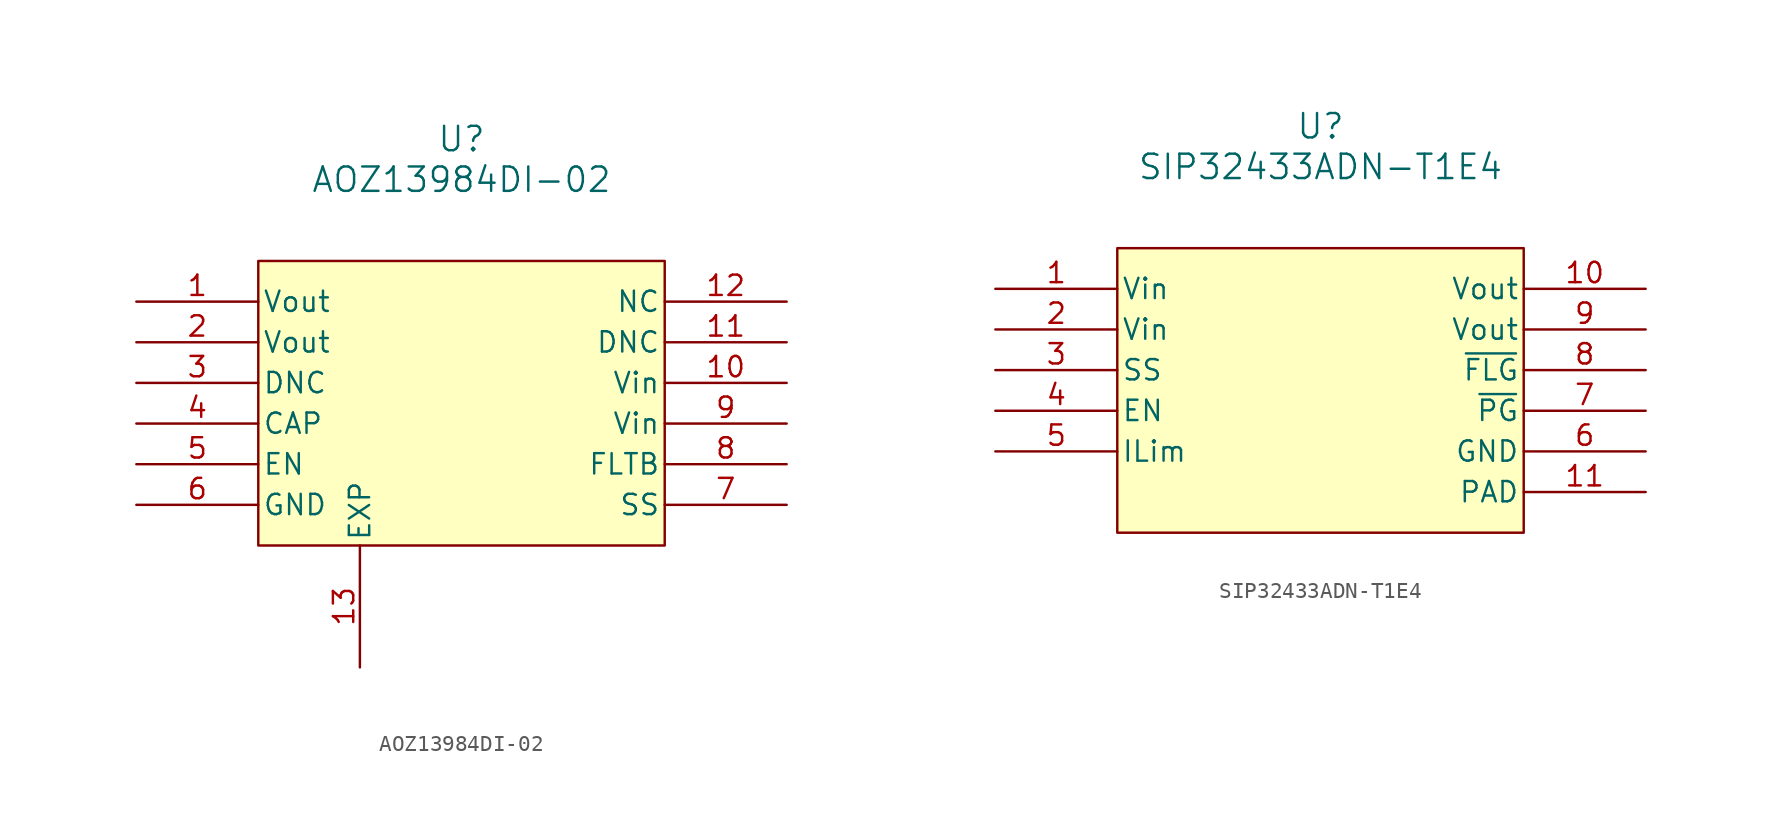
<source format=kicad_sym>
(kicad_symbol_lib
  (version 20241209)
  (generator "kicad_symbol_editor")
  (generator_version "9.0")
  (symbol "AOZ13984DI-02"
    (pin_names
      (offset 0.254))
    (property "Reference" "U"
      (at 20.32 10.16 0)
      (effects (font (size 1.524 1.524))))
    (property "Value" "AOZ13984DI-02"
      (at 20.32 7.62 0)
      (effects (font (size 1.524 1.524))))
    (symbol "AOZ13984DI-02_1_1"
      (rectangle (start 7.62 2.54) (end 33.02 -15.24) (stroke (width 0) (type solid)) (fill (type background)))
      (pin unspecified line (at 0 0 0) (length 7.62) (name "Vout" (effects (font (size 1.27 1.27)))) (number "1" (effects (font (size 1.27 1.27)))))
      (pin unspecified line (at 0 -2.54 0) (length 7.62) (name "Vout" (effects (font (size 1.27 1.27)))) (number "2" (effects (font (size 1.27 1.27)))))
      (pin unspecified line (at 0 -5.08 0) (length 7.62) (name "DNC" (effects (font (size 1.27 1.27)))) (number "3" (effects (font (size 1.27 1.27)))))
      (pin unspecified line (at 0 -7.62 0) (length 7.62) (name "CAP" (effects (font (size 1.27 1.27)))) (number "4" (effects (font (size 1.27 1.27)))))
      (pin unspecified line (at 0 -10.16 0) (length 7.62) (name "EN" (effects (font (size 1.27 1.27)))) (number "5" (effects (font (size 1.27 1.27)))))
      (pin unspecified line (at 0 -12.7 0) (length 7.62) (name "GND" (effects (font (size 1.27 1.27)))) (number "6" (effects (font (size 1.27 1.27)))))
      (pin unspecified line (at 13.97 -22.86 90) (length 7.62) (name "EXP" (effects (font (size 1.27 1.27)))) (number "13" (effects (font (size 1.27 1.27)))))
      (pin unspecified line (at 40.64 0 180) (length 7.62) (name "NC" (effects (font (size 1.27 1.27)))) (number "12" (effects (font (size 1.27 1.27)))))
      (pin unspecified line (at 40.64 -2.54 180) (length 7.62) (name "DNC" (effects (font (size 1.27 1.27)))) (number "11" (effects (font (size 1.27 1.27)))))
      (pin unspecified line (at 40.64 -5.08 180) (length 7.62) (name "Vin" (effects (font (size 1.27 1.27)))) (number "10" (effects (font (size 1.27 1.27)))))
      (pin unspecified line (at 40.64 -7.62 180) (length 7.62) (name "Vin" (effects (font (size 1.27 1.27)))) (number "9" (effects (font (size 1.27 1.27)))))
      (pin unspecified line (at 40.64 -10.16 180) (length 7.62) (name "FLTB\n" (effects (font (size 1.27 1.27)))) (number "8" (effects (font (size 1.27 1.27)))))
      (pin unspecified line (at 40.64 -12.7 180) (length 7.62) (name "SS" (effects (font (size 1.27 1.27)))) (number "7" (effects (font (size 1.27 1.27)))))))
  (symbol "SIP32433ADN-T1E4"
    (pin_names
      (offset 0.254))
    (property "Reference" "U"
      (at 20.32 10.16 0)
      (effects (font (size 1.524 1.524))))
    (property "Value" "SIP32433ADN-T1E4"
      (at 20.32 7.62 0)
      (effects (font (size 1.524 1.524))))
    (symbol "SIP32433ADN-T1E4_1_1"
      (rectangle (start 7.62 2.54) (end 33.02 -15.24) (stroke (width 0) (type solid)) (fill (type background)))
      (pin unspecified line (at 0 0 0) (length 7.62) (name "Vin" (effects (font (size 1.27 1.27)))) (number "1" (effects (font (size 1.27 1.27)))))
      (pin unspecified line (at 0 -2.54 0) (length 7.62) (name "Vin" (effects (font (size 1.27 1.27)))) (number "2" (effects (font (size 1.27 1.27)))))
      (pin unspecified line (at 0 -5.08 0) (length 7.62) (name "SS" (effects (font (size 1.27 1.27)))) (number "3" (effects (font (size 1.27 1.27)))))
      (pin unspecified line (at 0 -7.62 0) (length 7.62) (name "EN" (effects (font (size 1.27 1.27)))) (number "4" (effects (font (size 1.27 1.27)))))
      (pin unspecified line (at 0 -10.16 0) (length 7.62) (name "ILim" (effects (font (size 1.27 1.27)))) (number "5" (effects (font (size 1.27 1.27)))))
      (pin unspecified line (at 40.64 0 180) (length 7.62) (name "Vout" (effects (font (size 1.27 1.27)))) (number "10" (effects (font (size 1.27 1.27)))))
      (pin unspecified line (at 40.64 -2.54 180) (length 7.62) (name "Vout" (effects (font (size 1.27 1.27)))) (number "9" (effects (font (size 1.27 1.27)))))
      (pin unspecified line (at 40.64 -5.08 180) (length 7.62) (name "~{FLG}" (effects (font (size 1.27 1.27)))) (number "8" (effects (font (size 1.27 1.27)))))
      (pin unspecified line (at 40.64 -7.62 180) (length 7.62) (name "~{PG}" (effects (font (size 1.27 1.27)))) (number "7" (effects (font (size 1.27 1.27)))))
      (pin unspecified line (at 40.64 -10.16 180) (length 7.62) (name "GND" (effects (font (size 1.27 1.27)))) (number "6" (effects (font (size 1.27 1.27)))))
      (pin unspecified line (at 40.64 -12.7 180) (length 7.62) (name "PAD" (effects (font (size 1.27 1.27)))) (number "11" (effects (font (size 1.27 1.27))))))))
</source>
